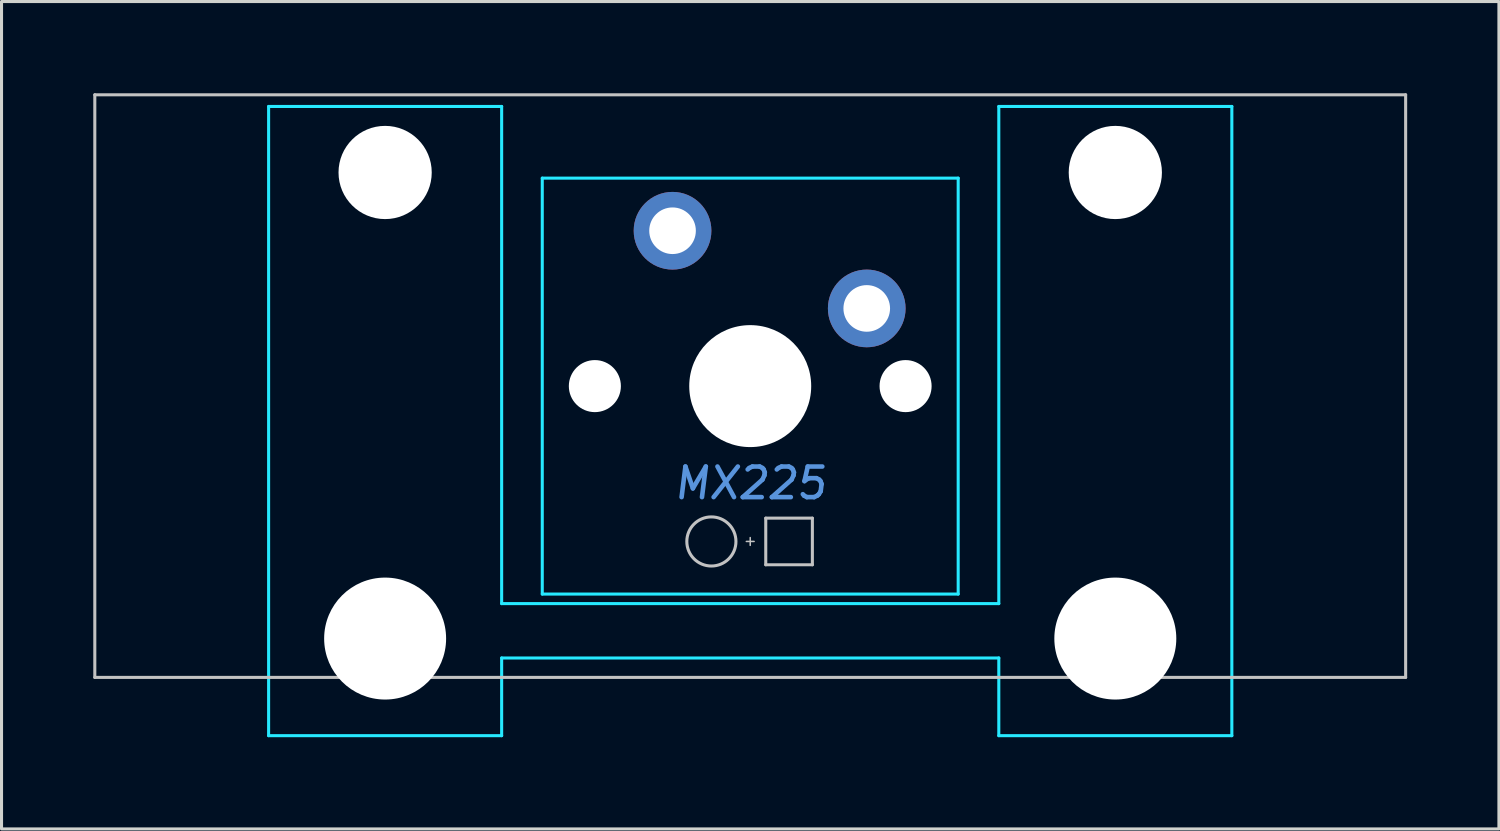
<source format=kicad_pcb>
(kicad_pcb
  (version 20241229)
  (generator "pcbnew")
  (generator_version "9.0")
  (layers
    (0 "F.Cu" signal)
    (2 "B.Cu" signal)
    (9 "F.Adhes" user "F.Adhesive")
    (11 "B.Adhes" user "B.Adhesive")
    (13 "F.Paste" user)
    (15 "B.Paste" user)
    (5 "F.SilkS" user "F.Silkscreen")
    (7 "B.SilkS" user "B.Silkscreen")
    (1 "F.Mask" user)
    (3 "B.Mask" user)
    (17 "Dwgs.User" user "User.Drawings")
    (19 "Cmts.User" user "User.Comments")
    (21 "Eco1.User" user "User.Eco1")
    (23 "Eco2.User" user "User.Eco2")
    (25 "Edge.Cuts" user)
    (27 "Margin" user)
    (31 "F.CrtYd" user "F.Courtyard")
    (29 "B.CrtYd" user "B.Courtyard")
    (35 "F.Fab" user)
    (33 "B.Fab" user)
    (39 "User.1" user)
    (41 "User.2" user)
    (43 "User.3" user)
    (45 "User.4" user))
  (footprint "MX225"
    (layer "F.Cu")
    (at 21.481 9.575)
    (property "Reference" "MX225" (at 0 3.175 0) (layer "Cmts.User") (effects (font (size 1 1) (thickness 0.15) (italic yes))))
    (attr through_hole)
    (fp_line (start -21.431 -9.525) (end -21.431 9.525) (stroke (width 0.1) (type solid)) (layer "Dwgs.User"))
    (fp_line (start -21.431 -9.525) (end 21.431 -9.525) (stroke (width 0.1) (type solid)) (layer "Dwgs.User"))
    (fp_line (start -21.431 9.525) (end 21.431 9.525) (stroke (width 0.1) (type solid)) (layer "Dwgs.User"))
    (fp_line (start -0.127 5.08) (end 0.127 5.08) (stroke (width 0.05) (type solid)) (layer "Dwgs.User"))
    (fp_line (start 0 5.207) (end 0 4.953) (stroke (width 0.05) (type solid)) (layer "Dwgs.User"))
    (fp_line (start 0.508 4.318) (end 0.508 5.842) (stroke (width 0.1) (type solid)) (layer "Dwgs.User"))
    (fp_line (start 0.508 4.318) (end 2.032 4.318) (stroke (width 0.1) (type solid)) (layer "Dwgs.User"))
    (fp_line (start 0.508 5.842) (end 2.032 5.842) (stroke (width 0.1) (type solid)) (layer "Dwgs.User"))
    (fp_line (start 2.032 5.842) (end 2.032 4.318) (stroke (width 0.1) (type solid)) (layer "Dwgs.User"))
    (fp_line (start 21.431 -9.525) (end 21.431 9.525) (stroke (width 0.1) (type solid)) (layer "Dwgs.User"))
    (fp_circle (center -1.27 5.08) (end -0.467 5.08) (stroke (width 0.1) (type solid)) (fill no) (layer "Dwgs.User"))
    (fp_line (start -17.17 -0.889) (end -17.17 -2.921) (stroke (width 0.1) (type solid)) (layer "Eco1.User"))
    (fp_line (start -16.789 -3.302) (end -16.535 -3.302) (stroke (width 0.1) (type solid)) (layer "Eco1.User"))
    (fp_line (start -16.535 -0.508) (end -16.789 -0.508) (stroke (width 0.1) (type solid)) (layer "Eco1.User"))
    (fp_line (start -16.154 -3.683) (end -16.154 -5.309) (stroke (width 0.1) (type solid)) (layer "Eco1.User"))
    (fp_line (start -16.154 6.223) (end -16.154 -0.127) (stroke (width 0.1) (type solid)) (layer "Eco1.User"))
    (fp_line (start -15.773 -5.69) (end -9.881 -5.69) (stroke (width 0.1) (type solid)) (layer "Eco1.User"))
    (fp_line (start -14.732 6.604) (end -15.773 6.604) (stroke (width 0.1) (type solid)) (layer "Eco1.User"))
    (fp_line (start -14.351 7.391) (end -14.351 6.985) (stroke (width 0.1) (type solid)) (layer "Eco1.User"))
    (fp_line (start -11.684 7.772) (end -13.97 7.772) (stroke (width 0.1) (type solid)) (layer "Eco1.User"))
    (fp_line (start -11.303 6.985) (end -11.303 7.391) (stroke (width 0.1) (type solid)) (layer "Eco1.User"))
    (fp_line (start -9.881 6.604) (end -10.922 6.604) (stroke (width 0.1) (type solid)) (layer "Eco1.User"))
    (fp_line (start -9.5 -5.309) (end -9.5 -5.258) (stroke (width 0.1) (type solid)) (layer "Eco1.User"))
    (fp_line (start -9.5 6.198) (end -9.5 6.223) (stroke (width 0.1) (type solid)) (layer "Eco1.User"))
    (fp_line (start -9.119 -4.877) (end -7.366 -4.877) (stroke (width 0.1) (type solid)) (layer "Eco1.User"))
    (fp_line (start -7.366 5.817) (end -9.119 5.817) (stroke (width 0.1) (type solid)) (layer "Eco1.User"))
    (fp_line (start -6.985 -5.258) (end -6.985 -6.604) (stroke (width 0.1) (type solid)) (layer "Eco1.User"))
    (fp_line (start -6.985 6.604) (end -6.985 6.197) (stroke (width 0.1) (type solid)) (layer "Eco1.User"))
    (fp_line (start -6.604 -6.985) (end 6.604 -6.985) (stroke (width 0.1) (type solid)) (layer "Eco1.User"))
    (fp_line (start 0 -2.159) (end 0 2.159) (stroke (width 0.1) (type solid)) (layer "Eco1.User"))
    (fp_line (start 2.159 0) (end -2.159 0) (stroke (width 0.1) (type solid)) (layer "Eco1.User"))
    (fp_line (start 6.604 6.985) (end -6.604 6.985) (stroke (width 0.1) (type solid)) (layer "Eco1.User"))
    (fp_line (start 6.985 -5.258) (end 6.985 -6.604) (stroke (width 0.1) (type solid)) (layer "Eco1.User"))
    (fp_line (start 6.985 6.604) (end 6.985 6.197) (stroke (width 0.1) (type solid)) (layer "Eco1.User"))
    (fp_line (start 7.366 5.817) (end 9.119 5.817) (stroke (width 0.1) (type solid)) (layer "Eco1.User"))
    (fp_line (start 9.119 -4.877) (end 7.366 -4.877) (stroke (width 0.1) (type solid)) (layer "Eco1.User"))
    (fp_line (start 9.5 -5.309) (end 9.5 -5.258) (stroke (width 0.1) (type solid)) (layer "Eco1.User"))
    (fp_line (start 9.5 6.198) (end 9.5 6.223) (stroke (width 0.1) (type solid)) (layer "Eco1.User"))
    (fp_line (start 9.881 6.604) (end 10.922 6.604) (stroke (width 0.1) (type solid)) (layer "Eco1.User"))
    (fp_line (start 11.303 6.985) (end 11.303 7.391) (stroke (width 0.1) (type solid)) (layer "Eco1.User"))
    (fp_line (start 11.684 7.772) (end 13.97 7.772) (stroke (width 0.1) (type solid)) (layer "Eco1.User"))
    (fp_line (start 14.351 7.391) (end 14.351 6.985) (stroke (width 0.1) (type solid)) (layer "Eco1.User"))
    (fp_line (start 14.732 6.604) (end 15.773 6.604) (stroke (width 0.1) (type solid)) (layer "Eco1.User"))
    (fp_line (start 15.773 -5.69) (end 9.881 -5.69) (stroke (width 0.1) (type solid)) (layer "Eco1.User"))
    (fp_line (start 16.154 -3.683) (end 16.154 -5.309) (stroke (width 0.1) (type solid)) (layer "Eco1.User"))
    (fp_line (start 16.154 6.223) (end 16.154 -0.127) (stroke (width 0.1) (type solid)) (layer "Eco1.User"))
    (fp_line (start 16.535 -0.508) (end 16.789 -0.508) (stroke (width 0.1) (type solid)) (layer "Eco1.User"))
    (fp_line (start 16.789 -3.302) (end 16.535 -3.302) (stroke (width 0.1) (type solid)) (layer "Eco1.User"))
    (fp_line (start 17.17 -0.889) (end 17.17 -2.921) (stroke (width 0.1) (type solid)) (layer "Eco1.User"))
    (fp_arc (start -17.1704 -2.921) (mid -17.058808 -3.190408) (end -16.7894 -3.302) (stroke (width 0.1) (type solid)) (layer "Eco1.User"))
    (fp_arc (start -16.7894 -0.508) (mid -17.058808 -0.619592) (end -17.1704 -0.889) (stroke (width 0.1) (type solid)) (layer "Eco1.User"))
    (fp_arc (start -16.5354 -0.508) (mid -16.265992 -0.396408) (end -16.1544 -0.127) (stroke (width 0.1) (type solid)) (layer "Eco1.User"))
    (fp_arc (start -16.1544 -5.3086) (mid -16.042808 -5.578008) (end -15.7734 -5.6896) (stroke (width 0.1) (type solid)) (layer "Eco1.User"))
    (fp_arc (start -16.1544 -3.683) (mid -16.265992 -3.413592) (end -16.5354 -3.302) (stroke (width 0.1) (type solid)) (layer "Eco1.User"))
    (fp_arc (start -15.7734 6.604) (mid -16.042808 6.492408) (end -16.1544 6.223) (stroke (width 0.1) (type solid)) (layer "Eco1.User"))
    (fp_arc (start -14.732 6.604) (mid -14.462592 6.715592) (end -14.351 6.985) (stroke (width 0.1) (type solid)) (layer "Eco1.User"))
    (fp_arc (start -13.97 7.7724) (mid -14.239408 7.660808) (end -14.351 7.3914) (stroke (width 0.1) (type solid)) (layer "Eco1.User"))
    (fp_arc (start -11.303 6.985) (mid -11.191408 6.715592) (end -10.922 6.604) (stroke (width 0.1) (type solid)) (layer "Eco1.User"))
    (fp_arc (start -11.303 7.3914) (mid -11.414592 7.660808) (end -11.684 7.7724) (stroke (width 0.1) (type solid)) (layer "Eco1.User"))
    (fp_arc (start -9.8806 -5.6896) (mid -9.611192 -5.578008) (end -9.4996 -5.3086) (stroke (width 0.1) (type solid)) (layer "Eco1.User"))
    (fp_arc (start -9.4996 6.1976) (mid -9.388008 5.928192) (end -9.1186 5.8166) (stroke (width 0.1) (type solid)) (layer "Eco1.User"))
    (fp_arc (start -9.4996 6.223) (mid -9.611192 6.492408) (end -9.8806 6.604) (stroke (width 0.1) (type solid)) (layer "Eco1.User"))
    (fp_arc (start -9.1186 -4.8768) (mid -9.388008 -4.988392) (end -9.4996 -5.2578) (stroke (width 0.1) (type solid)) (layer "Eco1.User"))
    (fp_arc (start -7.366 5.8166) (mid -7.096592 5.928192) (end -6.985 6.1976) (stroke (width 0.1) (type solid)) (layer "Eco1.User"))
    (fp_arc (start -6.985 -6.604) (mid -6.873408 -6.873408) (end -6.604 -6.985) (stroke (width 0.1) (type solid)) (layer "Eco1.User"))
    (fp_arc (start -6.985 -5.2578) (mid -7.096592 -4.988392) (end -7.366 -4.8768) (stroke (width 0.1) (type solid)) (layer "Eco1.User"))
    (fp_arc (start -6.604 6.985) (mid -6.873408 6.873408) (end -6.985 6.604) (stroke (width 0.1) (type solid)) (layer "Eco1.User"))
    (fp_arc (start 6.604 -6.985) (mid 6.873408 -6.873408) (end 6.985 -6.604) (stroke (width 0.1) (type solid)) (layer "Eco1.User"))
    (fp_arc (start 6.985 6.1976) (mid 7.096592 5.928192) (end 7.366 5.8166) (stroke (width 0.1) (type solid)) (layer "Eco1.User"))
    (fp_arc (start 6.985 6.604) (mid 6.873408 6.873408) (end 6.604 6.985) (stroke (width 0.1) (type solid)) (layer "Eco1.User"))
    (fp_arc (start 7.366 -4.8768) (mid 7.096592 -4.988392) (end 6.985 -5.2578) (stroke (width 0.1) (type solid)) (layer "Eco1.User"))
    (fp_arc (start 9.1186 5.8166) (mid 9.388008 5.928192) (end 9.4996 6.1976) (stroke (width 0.1) (type solid)) (layer "Eco1.User"))
    (fp_arc (start 9.4996 -5.3086) (mid 9.611192 -5.578008) (end 9.8806 -5.6896) (stroke (width 0.1) (type solid)) (layer "Eco1.User"))
    (fp_arc (start 9.4996 -5.2578) (mid 9.388008 -4.988392) (end 9.1186 -4.8768) (stroke (width 0.1) (type solid)) (layer "Eco1.User"))
    (fp_arc (start 9.8806 6.604) (mid 9.611192 6.492408) (end 9.4996 6.223) (stroke (width 0.1) (type solid)) (layer "Eco1.User"))
    (fp_arc (start 10.922 6.604) (mid 11.191408 6.715592) (end 11.303 6.985) (stroke (width 0.1) (type solid)) (layer "Eco1.User"))
    (fp_arc (start 11.684 7.7724) (mid 11.414592 7.660808) (end 11.303 7.3914) (stroke (width 0.1) (type solid)) (layer "Eco1.User"))
    (fp_arc (start 14.351 6.985) (mid 14.462592 6.715592) (end 14.732 6.604) (stroke (width 0.1) (type solid)) (layer "Eco1.User"))
    (fp_arc (start 14.351 7.3914) (mid 14.239408 7.660808) (end 13.97 7.7724) (stroke (width 0.1) (type solid)) (layer "Eco1.User"))
    (fp_arc (start 15.7734 -5.6896) (mid 16.042808 -5.578008) (end 16.1544 -5.3086) (stroke (width 0.1) (type solid)) (layer "Eco1.User"))
    (fp_arc (start 16.1544 -0.127) (mid 16.265992 -0.396408) (end 16.5354 -0.508) (stroke (width 0.1) (type solid)) (layer "Eco1.User"))
    (fp_arc (start 16.1544 6.223) (mid 16.042808 6.492408) (end 15.7734 6.604) (stroke (width 0.1) (type solid)) (layer "Eco1.User"))
    (fp_arc (start 16.5354 -3.302) (mid 16.265992 -3.413592) (end 16.1544 -3.683) (stroke (width 0.1) (type solid)) (layer "Eco1.User"))
    (fp_arc (start 16.7894 -3.302) (mid 17.058808 -3.190408) (end 17.1704 -2.921) (stroke (width 0.1) (type solid)) (layer "Eco1.User"))
    (fp_arc (start 17.1704 -0.889) (mid 17.058808 -0.619592) (end 16.7894 -0.508) (stroke (width 0.1) (type solid)) (layer "Eco1.User"))
    (fp_circle (center 0 0) (end 1.994 0) (stroke (width 0.1) (type solid)) (fill no) (layer "Eco1.User"))
    (fp_line (start -15.748 -9.144) (end -8.128 -9.144) (stroke (width 0.1) (type solid)) (layer "B.CrtYd"))
    (fp_line (start -15.748 11.43) (end -15.748 -9.144) (stroke (width 0.1) (type solid)) (layer "B.CrtYd"))
    (fp_line (start -8.128 -9.144) (end -8.128 7.112) (stroke (width 0.1) (type solid)) (layer "B.CrtYd"))
    (fp_line (start -8.128 7.112) (end 8.128 7.112) (stroke (width 0.1) (type solid)) (layer "B.CrtYd"))
    (fp_line (start -8.128 8.89) (end 8.128 8.89) (stroke (width 0.1) (type solid)) (layer "B.CrtYd"))
    (fp_line (start -8.128 11.43) (end -15.748 11.43) (stroke (width 0.1) (type solid)) (layer "B.CrtYd"))
    (fp_line (start -8.128 11.43) (end -8.128 8.89) (stroke (width 0.1) (type solid)) (layer "B.CrtYd"))
    (fp_line (start -6.8 6.8) (end -6.8 -6.8) (stroke (width 0.1) (type solid)) (layer "B.CrtYd"))
    (fp_line (start 6.8 -6.8) (end -6.8 -6.8) (stroke (width 0.1) (type solid)) (layer "B.CrtYd"))
    (fp_line (start 6.8 6.8) (end -6.8 6.8) (stroke (width 0.1) (type solid)) (layer "B.CrtYd"))
    (fp_line (start 6.8 6.8) (end 6.8 -6.8) (stroke (width 0.1) (type solid)) (layer "B.CrtYd"))
    (fp_line (start 8.128 -9.144) (end 8.128 7.112) (stroke (width 0.1) (type solid)) (layer "B.CrtYd"))
    (fp_line (start 8.128 -9.144) (end 15.748 -9.144) (stroke (width 0.1) (type solid)) (layer "B.CrtYd"))
    (fp_line (start 8.128 11.43) (end 8.128 8.89) (stroke (width 0.1) (type solid)) (layer "B.CrtYd"))
    (fp_line (start 15.748 -9.144) (end 15.748 11.43) (stroke (width 0.1) (type solid)) (layer "B.CrtYd"))
    (fp_line (start 15.748 11.43) (end 8.128 11.43) (stroke (width 0.1) (type solid)) (layer "B.CrtYd"))
    (pad "" np_thru_hole circle (at -11.938 -6.985) (size 3.048 3.048) (drill 3.048) (layers "*.Cu" "*.Mask"))
    (pad "" np_thru_hole circle (at -11.938 8.255) (size 3.988 3.988) (drill 3.988) (layers "*.Cu" "*.Mask"))
    (pad "" np_thru_hole circle (at -5.08 0) (size 1.702 1.702) (drill 1.702) (layers "*.Cu" "*.Mask"))
    (pad "" np_thru_hole circle (at 0 0) (size 3.988 3.988) (drill 3.988) (layers "*.Cu" "*.Mask"))
    (pad "" np_thru_hole circle (at 5.08 0) (size 1.702 1.702) (drill 1.702) (layers "*.Cu" "*.Mask"))
    (pad "" np_thru_hole circle (at 11.938 -6.985) (size 3.048 3.048) (drill 3.048) (layers "*.Cu" "*.Mask"))
    (pad "" np_thru_hole circle (at 11.938 8.255) (size 3.988 3.988) (drill 3.988) (layers "*.Cu" "*.Mask"))
    (pad "1" thru_hole circle (at -2.54 -5.08) (size 2.54 2.54) (drill 1.524) (layers "*.Cu" "*.Mask"))
    (pad "2" thru_hole circle (at 3.81 -2.54) (size 2.54 2.54) (drill 1.524) (layers "*.Cu" "*.Mask")))
  (gr_rect
    (start -3 -3)
    (end 45.962 24.055)
    (stroke (width 0.1) (type default))
    (fill no)
    (layer "Edge.Cuts")))
</source>
